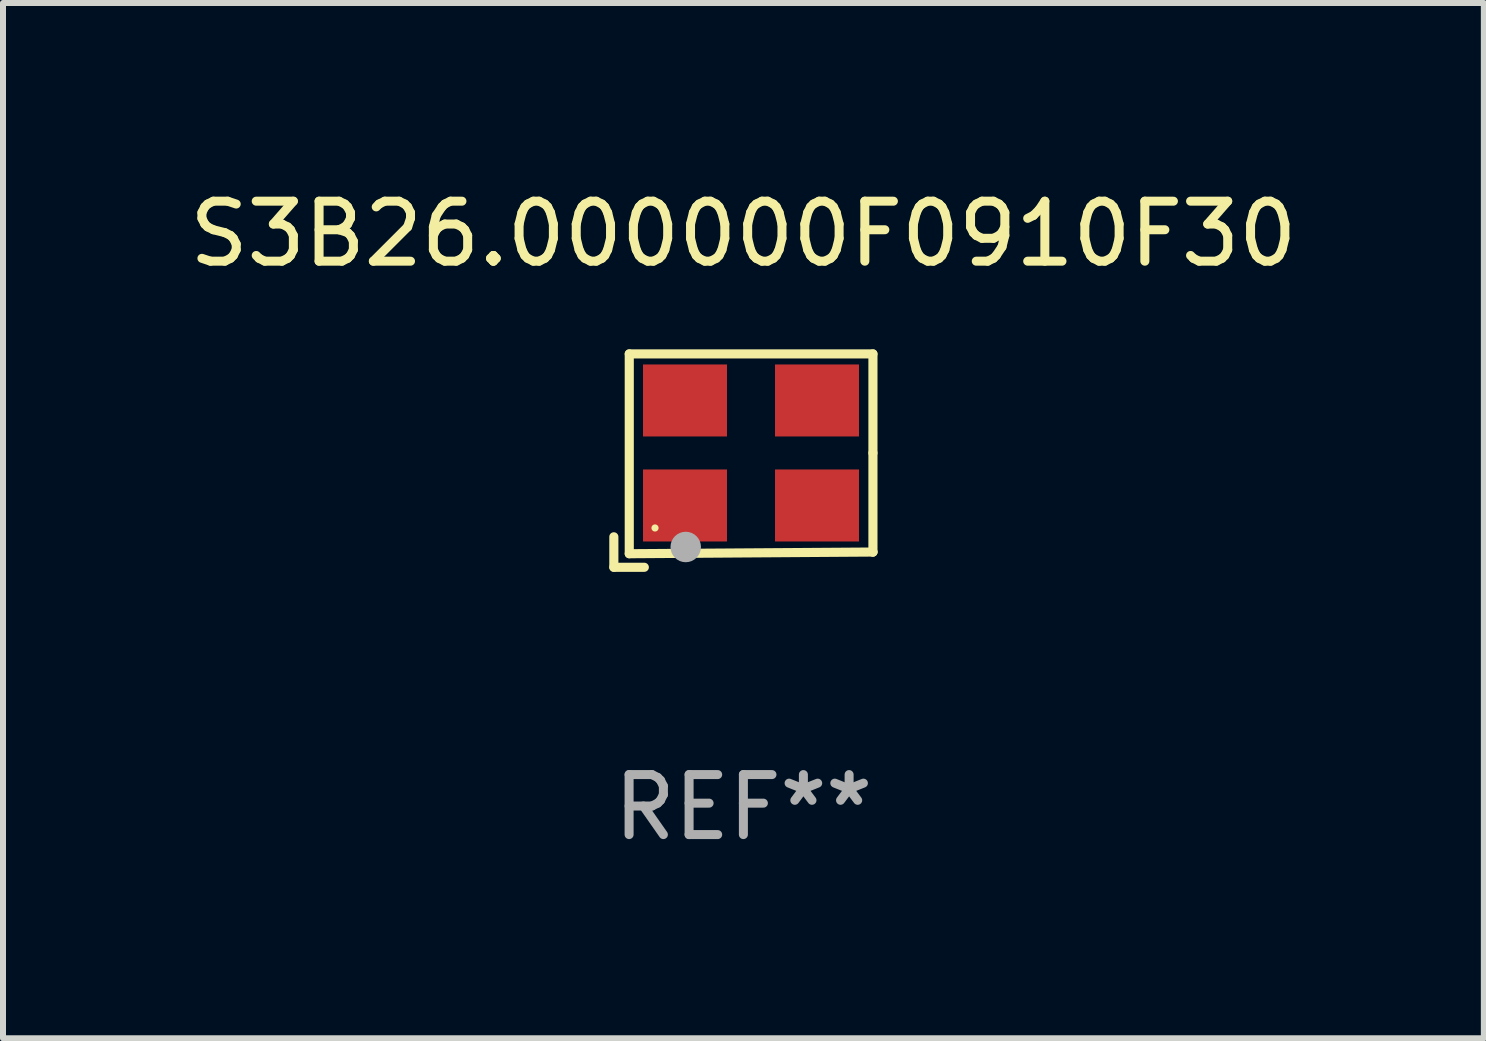
<source format=kicad_pcb>
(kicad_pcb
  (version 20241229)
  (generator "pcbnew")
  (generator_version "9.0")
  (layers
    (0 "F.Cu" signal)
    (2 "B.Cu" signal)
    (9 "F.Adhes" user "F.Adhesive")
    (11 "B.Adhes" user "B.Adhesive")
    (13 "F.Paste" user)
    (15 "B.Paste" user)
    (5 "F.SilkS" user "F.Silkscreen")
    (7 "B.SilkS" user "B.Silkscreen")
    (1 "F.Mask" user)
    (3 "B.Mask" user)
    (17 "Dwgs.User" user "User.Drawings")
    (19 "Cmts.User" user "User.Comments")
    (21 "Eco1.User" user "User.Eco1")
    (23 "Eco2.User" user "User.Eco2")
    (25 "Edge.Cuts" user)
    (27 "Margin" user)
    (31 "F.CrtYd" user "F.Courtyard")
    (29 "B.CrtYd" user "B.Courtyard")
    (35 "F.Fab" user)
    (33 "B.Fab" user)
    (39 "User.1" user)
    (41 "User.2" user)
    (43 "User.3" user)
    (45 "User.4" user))
  (footprint "S3B26.000000F0910F30"
    (layer "F.Cu")
    (at 9.339 4.626)
    (property "Reference" "S3B26.000000F0910F30" (at 0 -3.778 0) (layer "F.SilkS") (effects (font (size 1 1) (thickness 0.15))))
    (attr through_hole)
    (fp_line (start -2.159 1.27) (end -2.159 1.778) (stroke (width 0.152) (type solid)) (layer "F.SilkS"))
    (fp_line (start -2.159 1.778) (end -1.651 1.778) (stroke (width 0.152) (type solid)) (layer "F.SilkS"))
    (fp_line (start -1.902 -1.778) (end 2.159 -1.778) (stroke (width 0.152) (type solid)) (layer "F.SilkS"))
    (fp_line (start -1.902 1.552) (end -1.902 -1.778) (stroke (width 0.152) (type solid)) (layer "F.SilkS"))
    (fp_line (start 2.159 -1.778) (end 2.159 -0.127) (stroke (width 0.152) (type solid)) (layer "F.SilkS"))
    (fp_line (start 2.159 -0.127) (end 2.159 1.524) (stroke (width 0.152) (type solid)) (layer "F.SilkS"))
    (fp_line (start 2.159 1.524) (end -1.902 1.552) (stroke (width 0.152) (type solid)) (layer "F.SilkS"))
    (fp_line (start 2.159 1.524) (end 2.159 1.524) (stroke (width 0.152) (type solid)) (layer "F.SilkS"))
    (fp_circle (center -1.473 1.123) (end -1.443 1.123) (stroke (width 0.06) (type solid)) (fill no) (layer "F.SilkS"))
    (fp_circle (center -0.961 1.44) (end -0.834 1.44) (stroke (width 0.254) (type solid)) (fill no) (layer "F.Fab"))
    (fp_text user "REF**" (at 0 5.778 0) (layer "F.Fab") (effects (font (size 1 1) (thickness 0.15))))
    (pad "1" smd rect (at -0.973 0.748) (size 1.4 1.2) (layers "F.Cu" "F.Mask" "F.Paste"))
    (pad "2" smd rect (at 1.227 0.748) (size 1.4 1.2) (layers "F.Cu" "F.Mask" "F.Paste"))
    (pad "3" smd rect (at 1.227 -1.002) (size 1.4 1.2) (layers "F.Cu" "F.Mask" "F.Paste"))
    (pad "4" smd rect (at -0.973 -1.002) (size 1.4 1.2) (layers "F.Cu" "F.Mask" "F.Paste")))
  (gr_rect
    (start -3 -3)
    (end 21.679 14.253)
    (stroke (width 0.1) (type default))
    (fill no)
    (layer "Edge.Cuts")))
</source>
